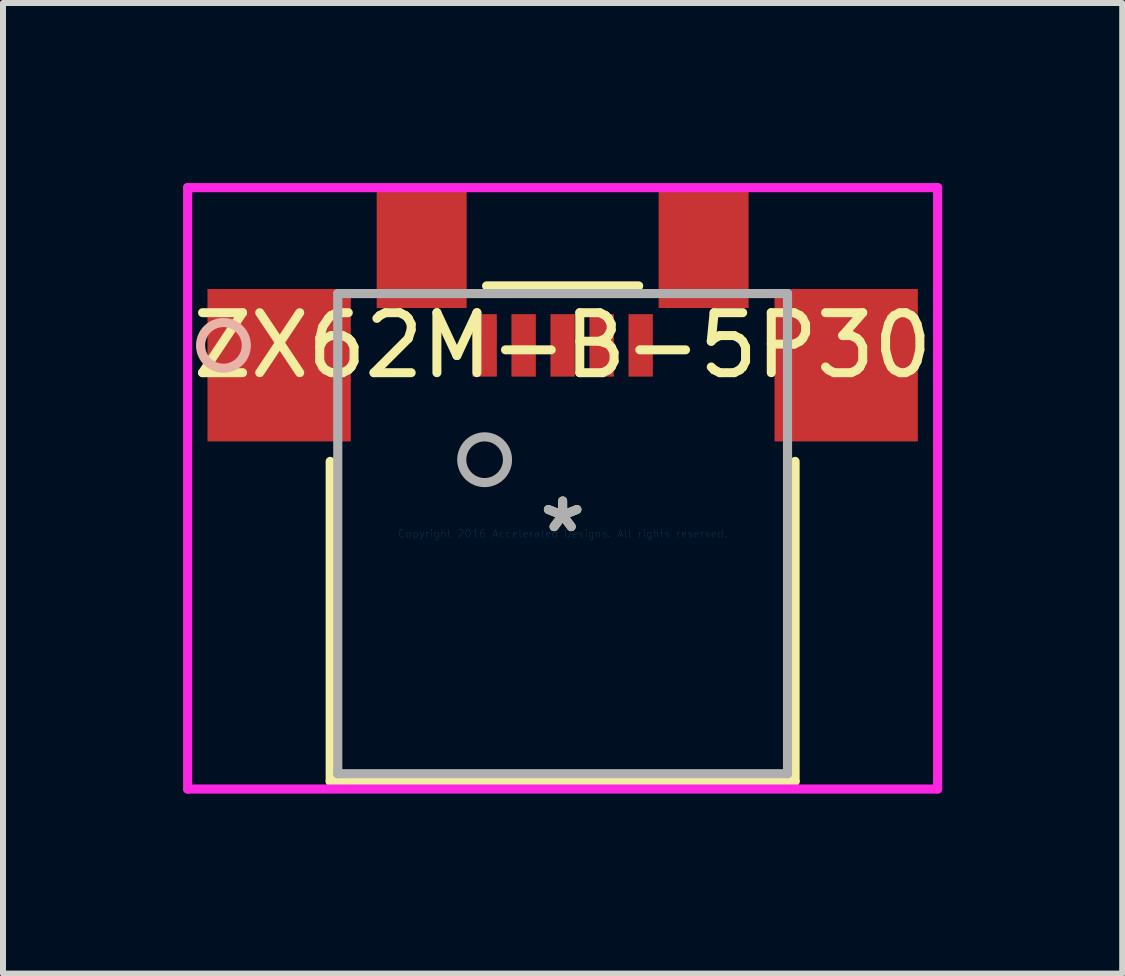
<source format=kicad_pcb>
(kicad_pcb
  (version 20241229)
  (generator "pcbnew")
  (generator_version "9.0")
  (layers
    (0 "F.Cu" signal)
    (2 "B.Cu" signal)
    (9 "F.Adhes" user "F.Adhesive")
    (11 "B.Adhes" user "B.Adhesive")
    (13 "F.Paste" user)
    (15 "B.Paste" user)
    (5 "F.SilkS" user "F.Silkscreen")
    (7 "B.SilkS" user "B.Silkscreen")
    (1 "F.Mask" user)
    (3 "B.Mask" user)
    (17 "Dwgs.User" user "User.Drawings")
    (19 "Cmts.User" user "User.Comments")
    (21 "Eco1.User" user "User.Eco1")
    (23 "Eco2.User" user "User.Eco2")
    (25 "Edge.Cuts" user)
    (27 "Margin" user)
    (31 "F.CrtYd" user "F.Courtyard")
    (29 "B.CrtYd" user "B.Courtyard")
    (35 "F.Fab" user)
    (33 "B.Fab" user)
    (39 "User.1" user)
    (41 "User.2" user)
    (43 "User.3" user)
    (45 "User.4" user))
  (footprint "ZX62M-B-5P30"
    (layer "F.Cu")
    (at 6.325 5.842)
    (property "Reference" "ZX62M-B-5P30" (at 0 -3.137 0) (layer "F.SilkS") (effects (font (size 1 1) (thickness 0.15))))
    (attr through_hole)
    (fp_line (start -3.873 -1.204) (end -3.873 4.128) (stroke (width 0.152) (type solid)) (layer "F.SilkS"))
    (fp_line (start -3.873 4.128) (end 3.873 4.128) (stroke (width 0.152) (type solid)) (layer "F.SilkS"))
    (fp_line (start 1.267 -4.128) (end -1.267 -4.128) (stroke (width 0.152) (type solid)) (layer "F.SilkS"))
    (fp_line (start 3.873 4.128) (end 3.873 -1.204) (stroke (width 0.152) (type solid)) (layer "F.SilkS"))
    (fp_circle (center -5.652 -3.137) (end -5.271 -3.137) (stroke (width 0.152) (type solid)) (fill no) (layer "B.SilkS"))
    (fp_line (start -6.248 -5.766) (end -6.248 4.255) (stroke (width 0.152) (type solid)) (layer "F.CrtYd"))
    (fp_line (start -6.248 4.255) (end 6.248 4.255) (stroke (width 0.152) (type solid)) (layer "F.CrtYd"))
    (fp_line (start 6.248 -5.766) (end -6.248 -5.766) (stroke (width 0.152) (type solid)) (layer "F.CrtYd"))
    (fp_line (start 6.248 4.255) (end 6.248 -5.766) (stroke (width 0.152) (type solid)) (layer "F.CrtYd"))
    (fp_line (start -3.747 -4) (end -3.747 4) (stroke (width 0.152) (type solid)) (layer "F.Fab"))
    (fp_line (start -3.747 4) (end 3.747 4) (stroke (width 0.152) (type solid)) (layer "F.Fab"))
    (fp_line (start 3.747 -4) (end -3.747 -4) (stroke (width 0.152) (type solid)) (layer "F.Fab"))
    (fp_line (start 3.747 4) (end 3.747 -4) (stroke (width 0.152) (type solid)) (layer "F.Fab"))
    (fp_circle (center -1.3 -1.232) (end -0.919 -1.232) (stroke (width 0.152) (type solid)) (fill no) (layer "F.Fab"))
    (fp_text user "*" (at 0 0 0) (layer "F.SilkS") (effects (font (size 1 1) (thickness 0.15))))
    (fp_text user "Copyright 2016 Accelerated Designs. All rights reserved." (at 0 0 0) (layer "Cmts.User") (effects (font (size 0.127 0.127) (thickness 0.002))))
    (fp_text user "*" (at 0 0 0) (layer "F.Fab") (effects (font (size 1 1) (thickness 0.15))))
    (pad "1" smd rect (at -1.3 -3.137) (size 0.406 1.041) (layers "F.Cu" "F.Mask" "F.Paste"))
    (pad "2" smd rect (at -0.65 -3.137) (size 0.406 1.041) (layers "F.Cu" "F.Mask" "F.Paste"))
    (pad "3" smd rect (at 0 -3.137) (size 0.406 1.041) (layers "F.Cu" "F.Mask" "F.Paste"))
    (pad "4" smd rect (at 0.65 -3.137) (size 0.406 1.041) (layers "F.Cu" "F.Mask" "F.Paste"))
    (pad "5" smd rect (at 1.3 -3.137) (size 0.406 1.041) (layers "F.Cu" "F.Mask" "F.Paste"))
    (pad "6" smd rect (at -2.349 -4.763 90) (size 2.007 1.499) (layers "F.Cu" "F.Mask" "F.Paste"))
    (pad "7" smd rect (at 2.349 -4.763 90) (size 2.007 1.499) (layers "F.Cu" "F.Mask" "F.Paste"))
    (pad "8" smd rect (at -4.724 -2.807 90) (size 2.54 2.388) (layers "F.Cu" "F.Mask" "F.Paste"))
    (pad "9" smd rect (at 4.724 -2.807 90) (size 2.54 2.388) (layers "F.Cu" "F.Mask" "F.Paste")))
  (gr_rect
    (start -3 -3)
    (end 15.649 13.173)
    (stroke (width 0.1) (type default))
    (fill no)
    (layer "Edge.Cuts")))
</source>
